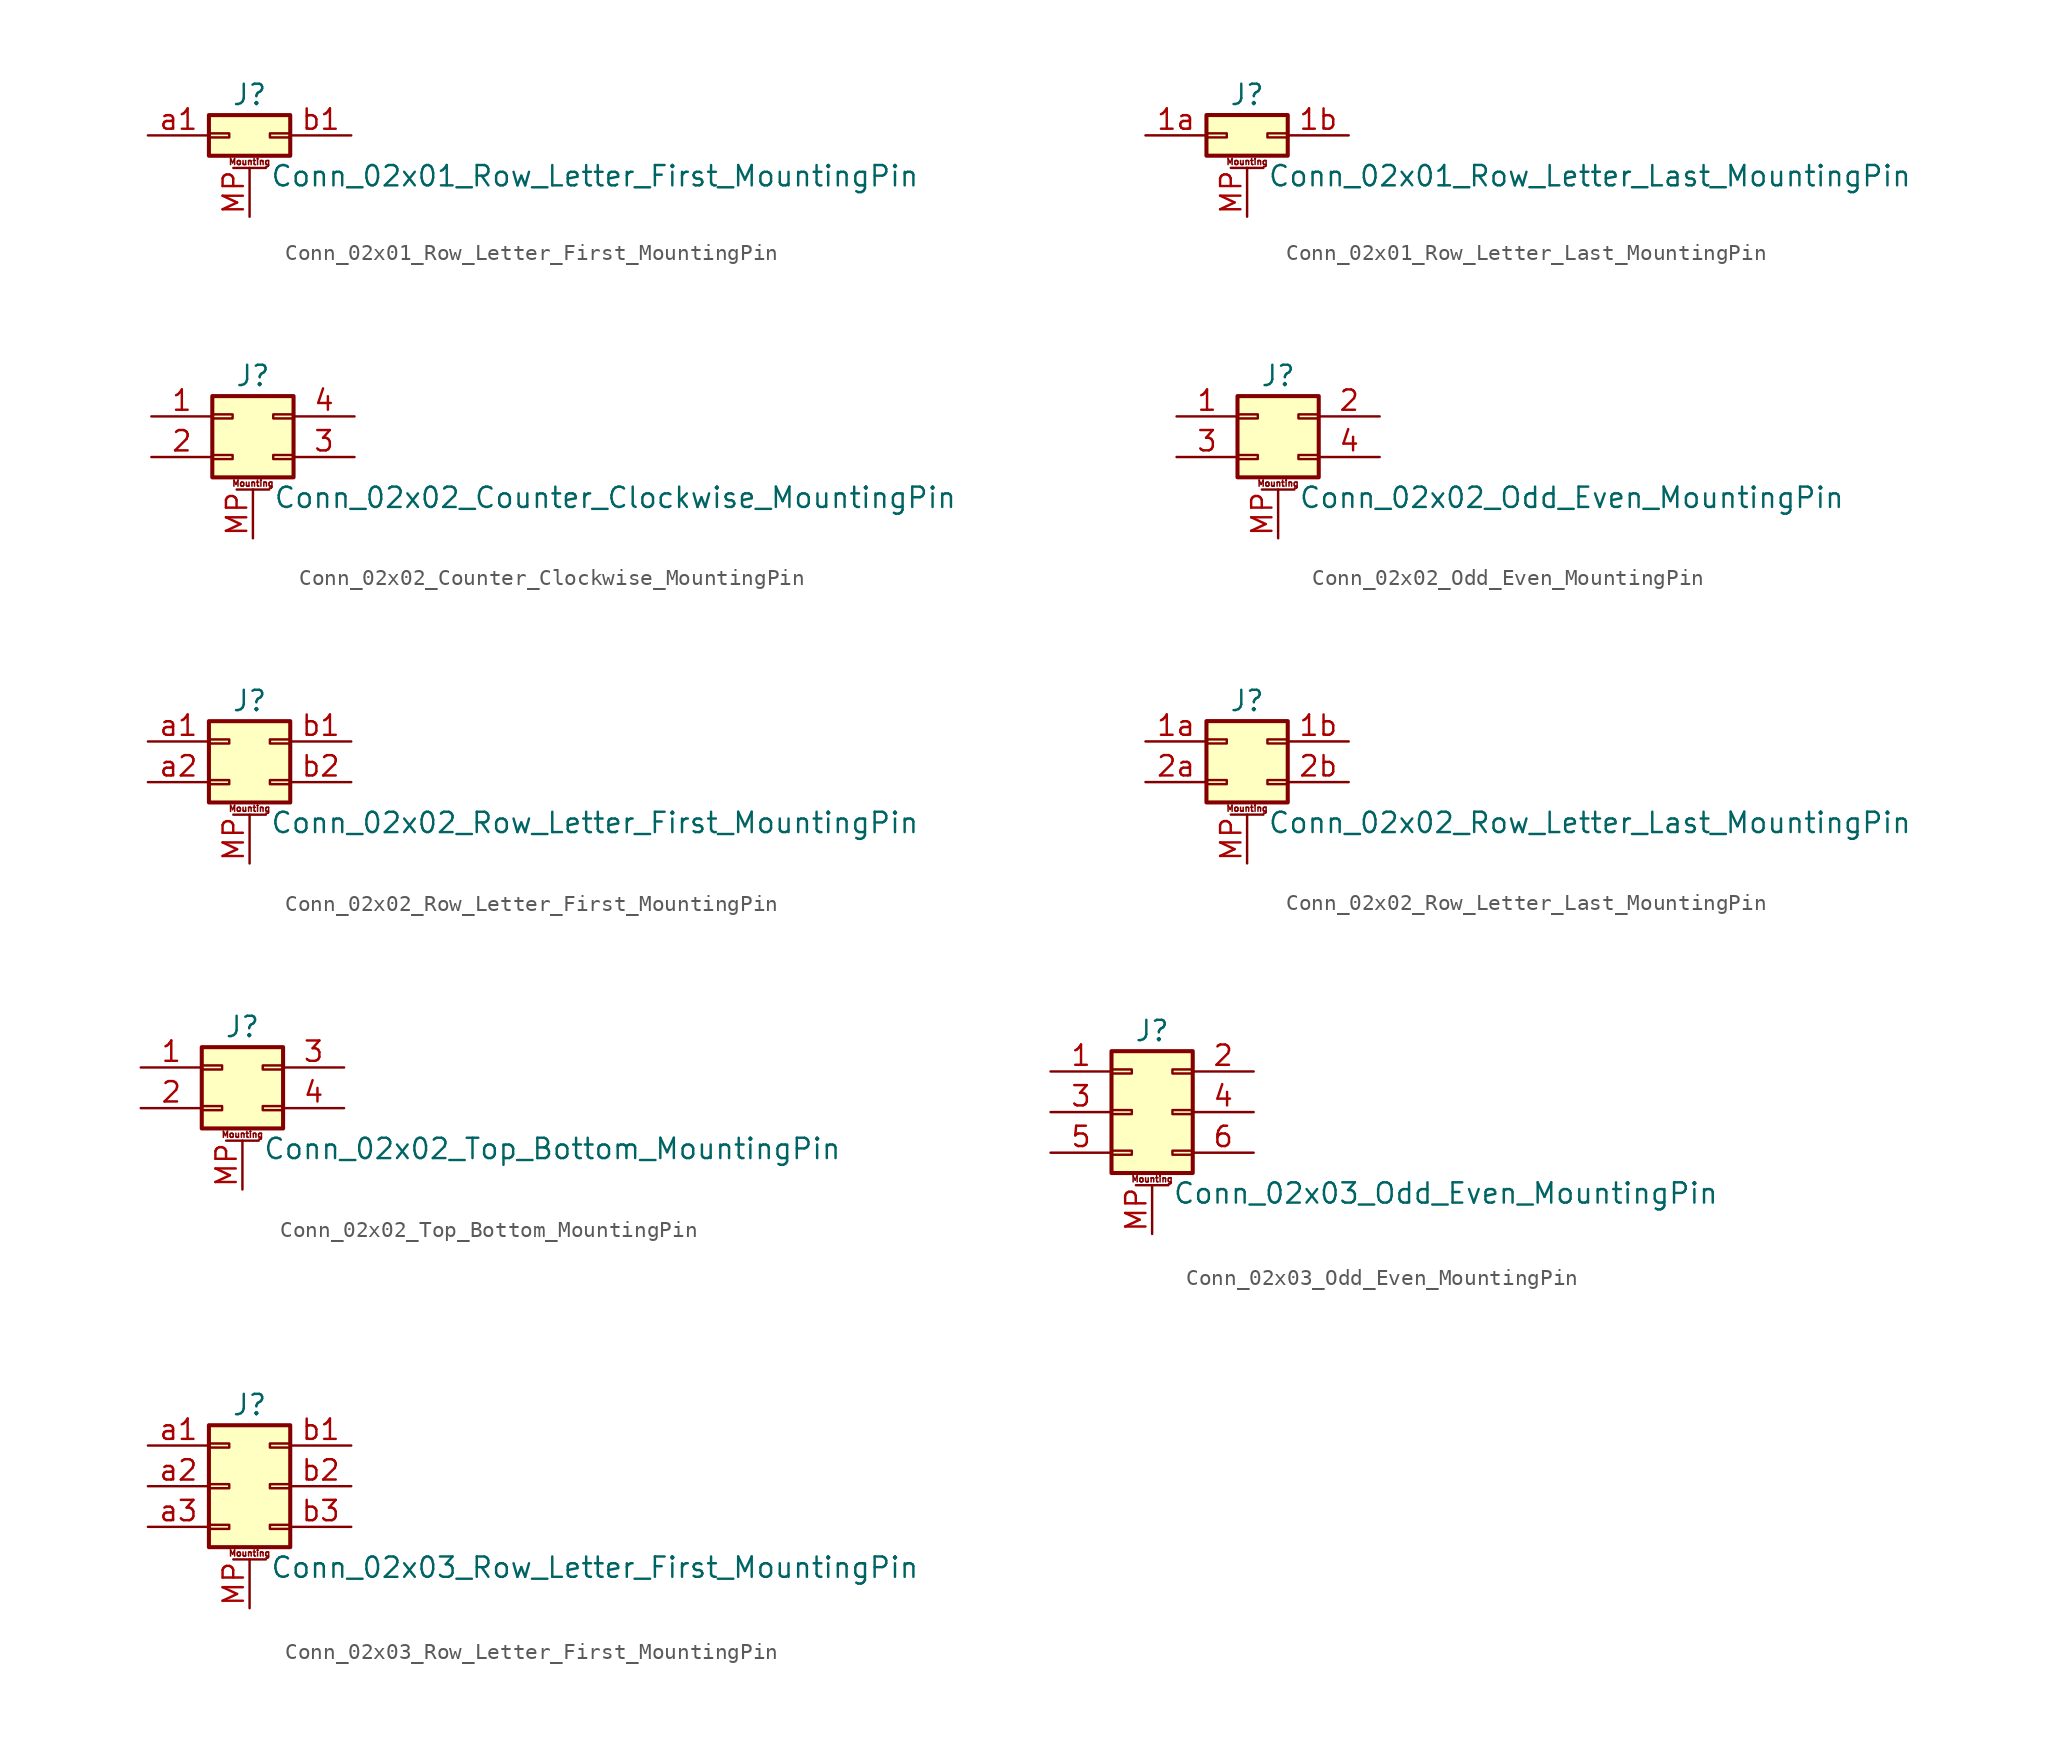
<source format=kicad_sym>
(kicad_symbol_lib
  (version 20201005)
  (generator kicad_symbol_editor)
  (symbol "Conn_02x01_Row_Letter_First_MountingPin"
    (pin_names
      (offset 1.016) hide)
    (property "Reference" "J"
      (at 1.27 2.54 0)
      (effects (font (size 1.27 1.27))))
    (property "Value" "Conn_02x01_Row_Letter_First_MountingPin"
      (at 2.54 -2.54 0)
      (effects (font (size 1.27 1.27)) (justify left)))
    (symbol "Conn_02x01_Row_Letter_First_MountingPin_1_1"
      (text "Mounting" (at 1.27 -1.651 0) (effects (font (size 0.381 0.381))))
      (rectangle (start -1.27 0.127) (end 0 -0.127) (stroke (width 0.152)) (fill (type none)))
      (rectangle (start 3.81 0.127) (end 2.54 -0.127) (stroke (width 0.152)) (fill (type none)))
      (rectangle (start -1.27 1.27) (end 3.81 -1.27) (stroke (width 0.254)) (fill (type background)))
      (polyline (pts (xy 0.254 -2.032) (xy 2.286 -2.032)) (stroke (width 0.152)) (fill (type none)))
      (pin passive line (at 1.27 -5.08 90) (length 3.048) (name "MountPin" (effects (font (size 1.27 1.27)))) (number "MP" (effects (font (size 1.27 1.27)))))
      (pin passive line (at -5.08 0 0) (length 3.81) (name "Pin_a1" (effects (font (size 1.27 1.27)))) (number "a1" (effects (font (size 1.27 1.27)))))
      (pin passive line (at 7.62 0 180) (length 3.81) (name "Pin_b1" (effects (font (size 1.27 1.27)))) (number "b1" (effects (font (size 1.27 1.27)))))))
  (symbol "Conn_02x01_Row_Letter_Last_MountingPin"
    (pin_names
      (offset 1.016) hide)
    (property "Reference" "J"
      (at 1.27 2.54 0)
      (effects (font (size 1.27 1.27))))
    (property "Value" "Conn_02x01_Row_Letter_Last_MountingPin"
      (at 2.54 -2.54 0)
      (effects (font (size 1.27 1.27)) (justify left)))
    (symbol "Conn_02x01_Row_Letter_Last_MountingPin_1_1"
      (text "Mounting" (at 1.27 -1.651 0) (effects (font (size 0.381 0.381))))
      (rectangle (start -1.27 0.127) (end 0 -0.127) (stroke (width 0.152)) (fill (type none)))
      (rectangle (start 3.81 0.127) (end 2.54 -0.127) (stroke (width 0.152)) (fill (type none)))
      (rectangle (start -1.27 1.27) (end 3.81 -1.27) (stroke (width 0.254)) (fill (type background)))
      (polyline (pts (xy 0.254 -2.032) (xy 2.286 -2.032)) (stroke (width 0.152)) (fill (type none)))
      (pin passive line (at -5.08 0 0) (length 3.81) (name "Pin_1a" (effects (font (size 1.27 1.27)))) (number "1a" (effects (font (size 1.27 1.27)))))
      (pin passive line (at 7.62 0 180) (length 3.81) (name "Pin_1b" (effects (font (size 1.27 1.27)))) (number "1b" (effects (font (size 1.27 1.27)))))
      (pin passive line (at 1.27 -5.08 90) (length 3.048) (name "MountPin" (effects (font (size 1.27 1.27)))) (number "MP" (effects (font (size 1.27 1.27)))))))
  (symbol "Conn_02x02_Counter_Clockwise_MountingPin"
    (pin_names
      (offset 1.016) hide)
    (property "Reference" "J"
      (at 1.27 2.54 0)
      (effects (font (size 1.27 1.27))))
    (property "Value" "Conn_02x02_Counter_Clockwise_MountingPin"
      (at 2.54 -5.08 0)
      (effects (font (size 1.27 1.27)) (justify left)))
    (symbol "Conn_02x02_Counter_Clockwise_MountingPin_1_1"
      (text "Mounting" (at 1.27 -4.191 0) (effects (font (size 0.381 0.381))))
      (rectangle (start -1.27 -2.413) (end 0 -2.667) (stroke (width 0.152)) (fill (type none)))
      (rectangle (start -1.27 0.127) (end 0 -0.127) (stroke (width 0.152)) (fill (type none)))
      (rectangle (start 3.81 -2.413) (end 2.54 -2.667) (stroke (width 0.152)) (fill (type none)))
      (rectangle (start 3.81 0.127) (end 2.54 -0.127) (stroke (width 0.152)) (fill (type none)))
      (rectangle (start -1.27 1.27) (end 3.81 -3.81) (stroke (width 0.254)) (fill (type background)))
      (polyline (pts (xy 0.254 -4.572) (xy 2.286 -4.572)) (stroke (width 0.152)) (fill (type none)))
      (pin passive line (at -5.08 0 0) (length 3.81) (name "Pin_1" (effects (font (size 1.27 1.27)))) (number "1" (effects (font (size 1.27 1.27)))))
      (pin passive line (at -5.08 -2.54 0) (length 3.81) (name "Pin_2" (effects (font (size 1.27 1.27)))) (number "2" (effects (font (size 1.27 1.27)))))
      (pin passive line (at 7.62 -2.54 180) (length 3.81) (name "Pin_3" (effects (font (size 1.27 1.27)))) (number "3" (effects (font (size 1.27 1.27)))))
      (pin passive line (at 7.62 0 180) (length 3.81) (name "Pin_4" (effects (font (size 1.27 1.27)))) (number "4" (effects (font (size 1.27 1.27)))))
      (pin passive line (at 1.27 -7.62 90) (length 3.048) (name "MountPin" (effects (font (size 1.27 1.27)))) (number "MP" (effects (font (size 1.27 1.27)))))))
  (symbol "Conn_02x02_Odd_Even_MountingPin"
    (pin_names
      (offset 1.016) hide)
    (property "Reference" "J"
      (at 1.27 2.54 0)
      (effects (font (size 1.27 1.27))))
    (property "Value" "Conn_02x02_Odd_Even_MountingPin"
      (at 2.54 -5.08 0)
      (effects (font (size 1.27 1.27)) (justify left)))
    (symbol "Conn_02x02_Odd_Even_MountingPin_1_1"
      (text "Mounting" (at 1.27 -4.191 0) (effects (font (size 0.381 0.381))))
      (rectangle (start -1.27 -2.413) (end 0 -2.667) (stroke (width 0.152)) (fill (type none)))
      (rectangle (start -1.27 0.127) (end 0 -0.127) (stroke (width 0.152)) (fill (type none)))
      (rectangle (start 3.81 -2.413) (end 2.54 -2.667) (stroke (width 0.152)) (fill (type none)))
      (rectangle (start 3.81 0.127) (end 2.54 -0.127) (stroke (width 0.152)) (fill (type none)))
      (rectangle (start -1.27 1.27) (end 3.81 -3.81) (stroke (width 0.254)) (fill (type background)))
      (polyline (pts (xy 0.254 -4.572) (xy 2.286 -4.572)) (stroke (width 0.152)) (fill (type none)))
      (pin passive line (at -5.08 0 0) (length 3.81) (name "Pin_1" (effects (font (size 1.27 1.27)))) (number "1" (effects (font (size 1.27 1.27)))))
      (pin passive line (at 7.62 0 180) (length 3.81) (name "Pin_2" (effects (font (size 1.27 1.27)))) (number "2" (effects (font (size 1.27 1.27)))))
      (pin passive line (at -5.08 -2.54 0) (length 3.81) (name "Pin_3" (effects (font (size 1.27 1.27)))) (number "3" (effects (font (size 1.27 1.27)))))
      (pin passive line (at 7.62 -2.54 180) (length 3.81) (name "Pin_4" (effects (font (size 1.27 1.27)))) (number "4" (effects (font (size 1.27 1.27)))))
      (pin passive line (at 1.27 -7.62 90) (length 3.048) (name "MountPin" (effects (font (size 1.27 1.27)))) (number "MP" (effects (font (size 1.27 1.27)))))))
  (symbol "Conn_02x02_Row_Letter_First_MountingPin"
    (pin_names
      (offset 1.016) hide)
    (property "Reference" "J"
      (at 1.27 2.54 0)
      (effects (font (size 1.27 1.27))))
    (property "Value" "Conn_02x02_Row_Letter_First_MountingPin"
      (at 2.54 -5.08 0)
      (effects (font (size 1.27 1.27)) (justify left)))
    (symbol "Conn_02x02_Row_Letter_First_MountingPin_1_1"
      (text "Mounting" (at 1.27 -4.191 0) (effects (font (size 0.381 0.381))))
      (rectangle (start -1.27 -2.413) (end 0 -2.667) (stroke (width 0.152)) (fill (type none)))
      (rectangle (start -1.27 0.127) (end 0 -0.127) (stroke (width 0.152)) (fill (type none)))
      (rectangle (start 3.81 -2.413) (end 2.54 -2.667) (stroke (width 0.152)) (fill (type none)))
      (rectangle (start 3.81 0.127) (end 2.54 -0.127) (stroke (width 0.152)) (fill (type none)))
      (rectangle (start -1.27 1.27) (end 3.81 -3.81) (stroke (width 0.254)) (fill (type background)))
      (polyline (pts (xy 0.254 -4.572) (xy 2.286 -4.572)) (stroke (width 0.152)) (fill (type none)))
      (pin passive line (at 1.27 -7.62 90) (length 3.048) (name "MountPin" (effects (font (size 1.27 1.27)))) (number "MP" (effects (font (size 1.27 1.27)))))
      (pin passive line (at -5.08 0 0) (length 3.81) (name "Pin_a1" (effects (font (size 1.27 1.27)))) (number "a1" (effects (font (size 1.27 1.27)))))
      (pin passive line (at -5.08 -2.54 0) (length 3.81) (name "Pin_a2" (effects (font (size 1.27 1.27)))) (number "a2" (effects (font (size 1.27 1.27)))))
      (pin passive line (at 7.62 0 180) (length 3.81) (name "Pin_b1" (effects (font (size 1.27 1.27)))) (number "b1" (effects (font (size 1.27 1.27)))))
      (pin passive line (at 7.62 -2.54 180) (length 3.81) (name "Pin_b2" (effects (font (size 1.27 1.27)))) (number "b2" (effects (font (size 1.27 1.27)))))))
  (symbol "Conn_02x02_Row_Letter_Last_MountingPin"
    (pin_names
      (offset 1.016) hide)
    (property "Reference" "J"
      (at 1.27 2.54 0)
      (effects (font (size 1.27 1.27))))
    (property "Value" "Conn_02x02_Row_Letter_Last_MountingPin"
      (at 2.54 -5.08 0)
      (effects (font (size 1.27 1.27)) (justify left)))
    (symbol "Conn_02x02_Row_Letter_Last_MountingPin_1_1"
      (text "Mounting" (at 1.27 -4.191 0) (effects (font (size 0.381 0.381))))
      (rectangle (start -1.27 -2.413) (end 0 -2.667) (stroke (width 0.152)) (fill (type none)))
      (rectangle (start -1.27 0.127) (end 0 -0.127) (stroke (width 0.152)) (fill (type none)))
      (rectangle (start 3.81 -2.413) (end 2.54 -2.667) (stroke (width 0.152)) (fill (type none)))
      (rectangle (start 3.81 0.127) (end 2.54 -0.127) (stroke (width 0.152)) (fill (type none)))
      (rectangle (start -1.27 1.27) (end 3.81 -3.81) (stroke (width 0.254)) (fill (type background)))
      (polyline (pts (xy 0.254 -4.572) (xy 2.286 -4.572)) (stroke (width 0.152)) (fill (type none)))
      (pin passive line (at -5.08 0 0) (length 3.81) (name "Pin_1a" (effects (font (size 1.27 1.27)))) (number "1a" (effects (font (size 1.27 1.27)))))
      (pin passive line (at 7.62 0 180) (length 3.81) (name "Pin_1b" (effects (font (size 1.27 1.27)))) (number "1b" (effects (font (size 1.27 1.27)))))
      (pin passive line (at -5.08 -2.54 0) (length 3.81) (name "Pin_2a" (effects (font (size 1.27 1.27)))) (number "2a" (effects (font (size 1.27 1.27)))))
      (pin passive line (at 7.62 -2.54 180) (length 3.81) (name "Pin_2b" (effects (font (size 1.27 1.27)))) (number "2b" (effects (font (size 1.27 1.27)))))
      (pin passive line (at 1.27 -7.62 90) (length 3.048) (name "MountPin" (effects (font (size 1.27 1.27)))) (number "MP" (effects (font (size 1.27 1.27)))))))
  (symbol "Conn_02x02_Top_Bottom_MountingPin"
    (pin_names
      (offset 1.016) hide)
    (property "Reference" "J"
      (at 1.27 2.54 0)
      (effects (font (size 1.27 1.27))))
    (property "Value" "Conn_02x02_Top_Bottom_MountingPin"
      (at 2.54 -5.08 0)
      (effects (font (size 1.27 1.27)) (justify left)))
    (symbol "Conn_02x02_Top_Bottom_MountingPin_1_1"
      (text "Mounting" (at 1.27 -4.191 0) (effects (font (size 0.381 0.381))))
      (rectangle (start -1.27 -2.413) (end 0 -2.667) (stroke (width 0.152)) (fill (type none)))
      (rectangle (start -1.27 0.127) (end 0 -0.127) (stroke (width 0.152)) (fill (type none)))
      (rectangle (start 3.81 -2.413) (end 2.54 -2.667) (stroke (width 0.152)) (fill (type none)))
      (rectangle (start 3.81 0.127) (end 2.54 -0.127) (stroke (width 0.152)) (fill (type none)))
      (rectangle (start -1.27 1.27) (end 3.81 -3.81) (stroke (width 0.254)) (fill (type background)))
      (polyline (pts (xy 0.254 -4.572) (xy 2.286 -4.572)) (stroke (width 0.152)) (fill (type none)))
      (pin passive line (at -5.08 0 0) (length 3.81) (name "Pin_1" (effects (font (size 1.27 1.27)))) (number "1" (effects (font (size 1.27 1.27)))))
      (pin passive line (at -5.08 -2.54 0) (length 3.81) (name "Pin_2" (effects (font (size 1.27 1.27)))) (number "2" (effects (font (size 1.27 1.27)))))
      (pin passive line (at 7.62 0 180) (length 3.81) (name "Pin_3" (effects (font (size 1.27 1.27)))) (number "3" (effects (font (size 1.27 1.27)))))
      (pin passive line (at 7.62 -2.54 180) (length 3.81) (name "Pin_4" (effects (font (size 1.27 1.27)))) (number "4" (effects (font (size 1.27 1.27)))))
      (pin passive line (at 1.27 -7.62 90) (length 3.048) (name "MountPin" (effects (font (size 1.27 1.27)))) (number "MP" (effects (font (size 1.27 1.27)))))))
  (symbol "Conn_02x03_Odd_Even_MountingPin"
    (pin_names
      (offset 1.016) hide)
    (property "Reference" "J"
      (at 1.27 5.08 0)
      (effects (font (size 1.27 1.27))))
    (property "Value" "Conn_02x03_Odd_Even_MountingPin"
      (at 2.54 -5.08 0)
      (effects (font (size 1.27 1.27)) (justify left)))
    (symbol "Conn_02x03_Odd_Even_MountingPin_1_1"
      (text "Mounting" (at 1.27 -4.191 0) (effects (font (size 0.381 0.381))))
      (rectangle (start -1.27 -2.413) (end 0 -2.667) (stroke (width 0.152)) (fill (type none)))
      (rectangle (start -1.27 0.127) (end 0 -0.127) (stroke (width 0.152)) (fill (type none)))
      (rectangle (start -1.27 2.667) (end 0 2.413) (stroke (width 0.152)) (fill (type none)))
      (rectangle (start 3.81 -2.413) (end 2.54 -2.667) (stroke (width 0.152)) (fill (type none)))
      (rectangle (start 3.81 0.127) (end 2.54 -0.127) (stroke (width 0.152)) (fill (type none)))
      (rectangle (start 3.81 2.667) (end 2.54 2.413) (stroke (width 0.152)) (fill (type none)))
      (rectangle (start -1.27 3.81) (end 3.81 -3.81) (stroke (width 0.254)) (fill (type background)))
      (polyline (pts (xy 0.254 -4.572) (xy 2.286 -4.572)) (stroke (width 0.152)) (fill (type none)))
      (pin passive line (at -5.08 2.54 0) (length 3.81) (name "Pin_1" (effects (font (size 1.27 1.27)))) (number "1" (effects (font (size 1.27 1.27)))))
      (pin passive line (at 7.62 2.54 180) (length 3.81) (name "Pin_2" (effects (font (size 1.27 1.27)))) (number "2" (effects (font (size 1.27 1.27)))))
      (pin passive line (at -5.08 0 0) (length 3.81) (name "Pin_3" (effects (font (size 1.27 1.27)))) (number "3" (effects (font (size 1.27 1.27)))))
      (pin passive line (at 7.62 0 180) (length 3.81) (name "Pin_4" (effects (font (size 1.27 1.27)))) (number "4" (effects (font (size 1.27 1.27)))))
      (pin passive line (at -5.08 -2.54 0) (length 3.81) (name "Pin_5" (effects (font (size 1.27 1.27)))) (number "5" (effects (font (size 1.27 1.27)))))
      (pin passive line (at 7.62 -2.54 180) (length 3.81) (name "Pin_6" (effects (font (size 1.27 1.27)))) (number "6" (effects (font (size 1.27 1.27)))))
      (pin passive line (at 1.27 -7.62 90) (length 3.048) (name "MountPin" (effects (font (size 1.27 1.27)))) (number "MP" (effects (font (size 1.27 1.27)))))))
  (symbol "Conn_02x03_Row_Letter_First_MountingPin"
    (pin_names
      (offset 1.016) hide)
    (property "Reference" "J"
      (at 1.27 5.08 0)
      (effects (font (size 1.27 1.27))))
    (property "Value" "Conn_02x03_Row_Letter_First_MountingPin"
      (at 2.54 -5.08 0)
      (effects (font (size 1.27 1.27)) (justify left)))
    (symbol "Conn_02x03_Row_Letter_First_MountingPin_1_1"
      (text "Mounting" (at 1.27 -4.191 0) (effects (font (size 0.381 0.381))))
      (rectangle (start -1.27 -2.413) (end 0 -2.667) (stroke (width 0.152)) (fill (type none)))
      (rectangle (start -1.27 0.127) (end 0 -0.127) (stroke (width 0.152)) (fill (type none)))
      (rectangle (start -1.27 2.667) (end 0 2.413) (stroke (width 0.152)) (fill (type none)))
      (rectangle (start 3.81 -2.413) (end 2.54 -2.667) (stroke (width 0.152)) (fill (type none)))
      (rectangle (start 3.81 0.127) (end 2.54 -0.127) (stroke (width 0.152)) (fill (type none)))
      (rectangle (start 3.81 2.667) (end 2.54 2.413) (stroke (width 0.152)) (fill (type none)))
      (rectangle (start -1.27 3.81) (end 3.81 -3.81) (stroke (width 0.254)) (fill (type background)))
      (polyline (pts (xy 0.254 -4.572) (xy 2.286 -4.572)) (stroke (width 0.152)) (fill (type none)))
      (pin passive line (at 1.27 -7.62 90) (length 3.048) (name "MountPin" (effects (font (size 1.27 1.27)))) (number "MP" (effects (font (size 1.27 1.27)))))
      (pin passive line (at -5.08 2.54 0) (length 3.81) (name "Pin_a1" (effects (font (size 1.27 1.27)))) (number "a1" (effects (font (size 1.27 1.27)))))
      (pin passive line (at -5.08 0 0) (length 3.81) (name "Pin_a2" (effects (font (size 1.27 1.27)))) (number "a2" (effects (font (size 1.27 1.27)))))
      (pin passive line (at -5.08 -2.54 0) (length 3.81) (name "Pin_a3" (effects (font (size 1.27 1.27)))) (number "a3" (effects (font (size 1.27 1.27)))))
      (pin passive line (at 7.62 2.54 180) (length 3.81) (name "Pin_b1" (effects (font (size 1.27 1.27)))) (number "b1" (effects (font (size 1.27 1.27)))))
      (pin passive line (at 7.62 0 180) (length 3.81) (name "Pin_b2" (effects (font (size 1.27 1.27)))) (number "b2" (effects (font (size 1.27 1.27)))))
      (pin passive line (at 7.62 -2.54 180) (length 3.81) (name "Pin_b3" (effects (font (size 1.27 1.27)))) (number "b3" (effects (font (size 1.27 1.27))))))))
</source>
